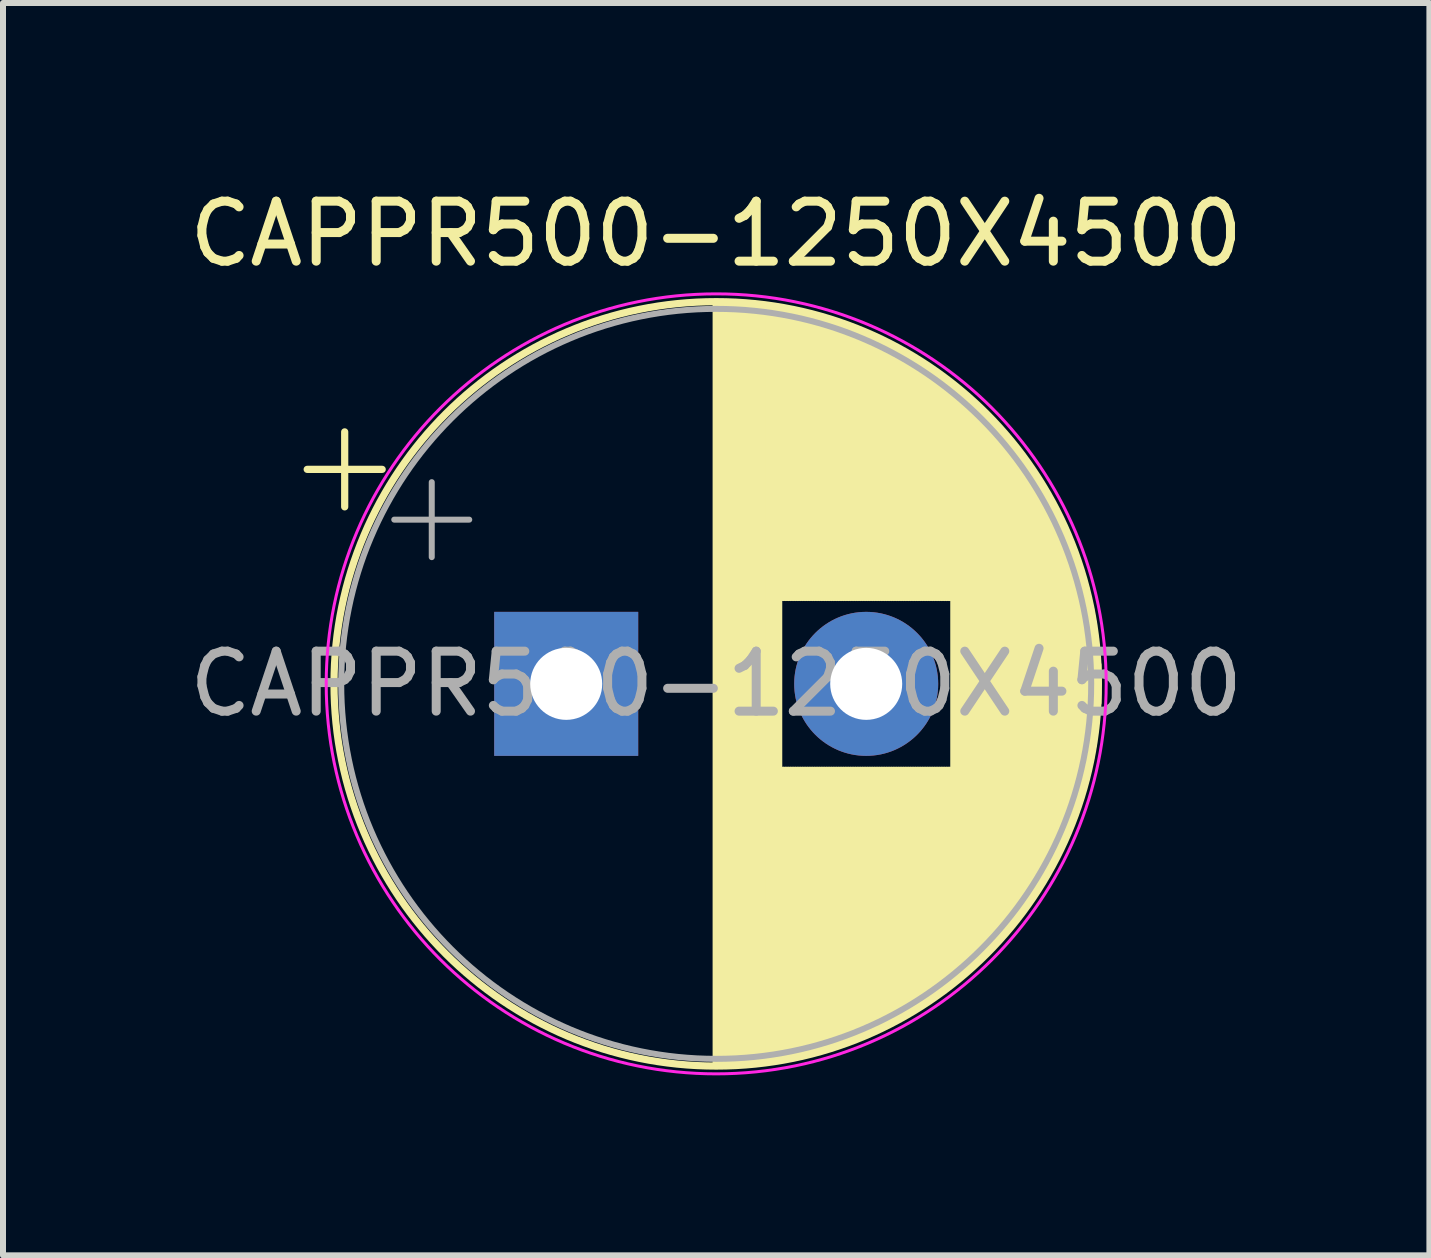
<source format=kicad_pcb>
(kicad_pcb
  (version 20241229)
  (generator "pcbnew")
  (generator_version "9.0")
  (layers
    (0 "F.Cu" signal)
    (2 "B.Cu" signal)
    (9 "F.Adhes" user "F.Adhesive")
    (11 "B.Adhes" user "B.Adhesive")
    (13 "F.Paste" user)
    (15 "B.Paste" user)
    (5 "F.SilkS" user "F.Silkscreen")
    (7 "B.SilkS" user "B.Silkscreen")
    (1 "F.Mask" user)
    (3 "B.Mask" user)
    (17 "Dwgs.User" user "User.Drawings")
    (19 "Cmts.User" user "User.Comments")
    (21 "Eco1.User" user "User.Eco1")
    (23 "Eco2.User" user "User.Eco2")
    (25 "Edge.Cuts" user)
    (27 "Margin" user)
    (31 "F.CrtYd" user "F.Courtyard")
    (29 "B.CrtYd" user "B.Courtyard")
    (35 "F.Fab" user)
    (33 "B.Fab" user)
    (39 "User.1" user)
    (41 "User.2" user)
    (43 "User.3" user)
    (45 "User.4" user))
  (footprint "CAPPR500-1250X4500"
    (layer "F.Cu")
    (at 6.387 8.348)
    (property "Reference" "CAPPR500-1250X4500" (at 2.5 -7.5 0) (layer "F.SilkS") (effects (font (size 1 1) (thickness 0.15))))
    (attr through_hole)
    (fp_line (start -4.317 -3.575) (end -3.067 -3.575) (stroke (width 0.12) (type solid)) (layer "F.SilkS"))
    (fp_line (start -3.692 -4.2) (end -3.692 -2.95) (stroke (width 0.12) (type solid)) (layer "F.SilkS"))
    (fp_line (start 2.5 -6.33) (end 2.5 6.33) (stroke (width 0.12) (type solid)) (layer "F.SilkS"))
    (fp_line (start 2.54 -6.33) (end 2.54 6.33) (stroke (width 0.12) (type solid)) (layer "F.SilkS"))
    (fp_line (start 2.58 -6.33) (end 2.58 6.33) (stroke (width 0.12) (type solid)) (layer "F.SilkS"))
    (fp_line (start 2.62 -6.329) (end 2.62 6.329) (stroke (width 0.12) (type solid)) (layer "F.SilkS"))
    (fp_line (start 2.66 -6.328) (end 2.66 6.328) (stroke (width 0.12) (type solid)) (layer "F.SilkS"))
    (fp_line (start 2.7 -6.327) (end 2.7 6.327) (stroke (width 0.12) (type solid)) (layer "F.SilkS"))
    (fp_line (start 2.74 -6.326) (end 2.74 6.326) (stroke (width 0.12) (type solid)) (layer "F.SilkS"))
    (fp_line (start 2.78 -6.324) (end 2.78 6.324) (stroke (width 0.12) (type solid)) (layer "F.SilkS"))
    (fp_line (start 2.82 -6.322) (end 2.82 6.322) (stroke (width 0.12) (type solid)) (layer "F.SilkS"))
    (fp_line (start 2.86 -6.32) (end 2.86 6.32) (stroke (width 0.12) (type solid)) (layer "F.SilkS"))
    (fp_line (start 2.9 -6.318) (end 2.9 6.318) (stroke (width 0.12) (type solid)) (layer "F.SilkS"))
    (fp_line (start 2.94 -6.315) (end 2.94 6.315) (stroke (width 0.12) (type solid)) (layer "F.SilkS"))
    (fp_line (start 2.98 -6.312) (end 2.98 6.312) (stroke (width 0.12) (type solid)) (layer "F.SilkS"))
    (fp_line (start 3.02 -6.309) (end 3.02 6.309) (stroke (width 0.12) (type solid)) (layer "F.SilkS"))
    (fp_line (start 3.06 -6.306) (end 3.06 6.306) (stroke (width 0.12) (type solid)) (layer "F.SilkS"))
    (fp_line (start 3.1 -6.302) (end 3.1 6.302) (stroke (width 0.12) (type solid)) (layer "F.SilkS"))
    (fp_line (start 3.14 -6.298) (end 3.14 6.298) (stroke (width 0.12) (type solid)) (layer "F.SilkS"))
    (fp_line (start 3.18 -6.294) (end 3.18 6.294) (stroke (width 0.12) (type solid)) (layer "F.SilkS"))
    (fp_line (start 3.221 -6.29) (end 3.221 6.29) (stroke (width 0.12) (type solid)) (layer "F.SilkS"))
    (fp_line (start 3.261 -6.285) (end 3.261 6.285) (stroke (width 0.12) (type solid)) (layer "F.SilkS"))
    (fp_line (start 3.301 -6.28) (end 3.301 6.28) (stroke (width 0.12) (type solid)) (layer "F.SilkS"))
    (fp_line (start 3.341 -6.275) (end 3.341 6.275) (stroke (width 0.12) (type solid)) (layer "F.SilkS"))
    (fp_line (start 3.381 -6.269) (end 3.381 6.269) (stroke (width 0.12) (type solid)) (layer "F.SilkS"))
    (fp_line (start 3.421 -6.264) (end 3.421 6.264) (stroke (width 0.12) (type solid)) (layer "F.SilkS"))
    (fp_line (start 3.461 -6.258) (end 3.461 6.258) (stroke (width 0.12) (type solid)) (layer "F.SilkS"))
    (fp_line (start 3.501 -6.252) (end 3.501 6.252) (stroke (width 0.12) (type solid)) (layer "F.SilkS"))
    (fp_line (start 3.541 -6.245) (end 3.541 6.245) (stroke (width 0.12) (type solid)) (layer "F.SilkS"))
    (fp_line (start 3.581 -6.238) (end 3.581 -1.44) (stroke (width 0.12) (type solid)) (layer "F.SilkS"))
    (fp_line (start 3.581 1.44) (end 3.581 6.238) (stroke (width 0.12) (type solid)) (layer "F.SilkS"))
    (fp_line (start 3.621 -6.231) (end 3.621 -1.44) (stroke (width 0.12) (type solid)) (layer "F.SilkS"))
    (fp_line (start 3.621 1.44) (end 3.621 6.231) (stroke (width 0.12) (type solid)) (layer "F.SilkS"))
    (fp_line (start 3.661 -6.224) (end 3.661 -1.44) (stroke (width 0.12) (type solid)) (layer "F.SilkS"))
    (fp_line (start 3.661 1.44) (end 3.661 6.224) (stroke (width 0.12) (type solid)) (layer "F.SilkS"))
    (fp_line (start 3.701 -6.216) (end 3.701 -1.44) (stroke (width 0.12) (type solid)) (layer "F.SilkS"))
    (fp_line (start 3.701 1.44) (end 3.701 6.216) (stroke (width 0.12) (type solid)) (layer "F.SilkS"))
    (fp_line (start 3.741 -6.209) (end 3.741 -1.44) (stroke (width 0.12) (type solid)) (layer "F.SilkS"))
    (fp_line (start 3.741 1.44) (end 3.741 6.209) (stroke (width 0.12) (type solid)) (layer "F.SilkS"))
    (fp_line (start 3.781 -6.201) (end 3.781 -1.44) (stroke (width 0.12) (type solid)) (layer "F.SilkS"))
    (fp_line (start 3.781 1.44) (end 3.781 6.201) (stroke (width 0.12) (type solid)) (layer "F.SilkS"))
    (fp_line (start 3.821 -6.192) (end 3.821 -1.44) (stroke (width 0.12) (type solid)) (layer "F.SilkS"))
    (fp_line (start 3.821 1.44) (end 3.821 6.192) (stroke (width 0.12) (type solid)) (layer "F.SilkS"))
    (fp_line (start 3.861 -6.184) (end 3.861 -1.44) (stroke (width 0.12) (type solid)) (layer "F.SilkS"))
    (fp_line (start 3.861 1.44) (end 3.861 6.184) (stroke (width 0.12) (type solid)) (layer "F.SilkS"))
    (fp_line (start 3.901 -6.175) (end 3.901 -1.44) (stroke (width 0.12) (type solid)) (layer "F.SilkS"))
    (fp_line (start 3.901 1.44) (end 3.901 6.175) (stroke (width 0.12) (type solid)) (layer "F.SilkS"))
    (fp_line (start 3.941 -6.166) (end 3.941 -1.44) (stroke (width 0.12) (type solid)) (layer "F.SilkS"))
    (fp_line (start 3.941 1.44) (end 3.941 6.166) (stroke (width 0.12) (type solid)) (layer "F.SilkS"))
    (fp_line (start 3.981 -6.156) (end 3.981 -1.44) (stroke (width 0.12) (type solid)) (layer "F.SilkS"))
    (fp_line (start 3.981 1.44) (end 3.981 6.156) (stroke (width 0.12) (type solid)) (layer "F.SilkS"))
    (fp_line (start 4.021 -6.146) (end 4.021 -1.44) (stroke (width 0.12) (type solid)) (layer "F.SilkS"))
    (fp_line (start 4.021 1.44) (end 4.021 6.146) (stroke (width 0.12) (type solid)) (layer "F.SilkS"))
    (fp_line (start 4.061 -6.137) (end 4.061 -1.44) (stroke (width 0.12) (type solid)) (layer "F.SilkS"))
    (fp_line (start 4.061 1.44) (end 4.061 6.137) (stroke (width 0.12) (type solid)) (layer "F.SilkS"))
    (fp_line (start 4.101 -6.126) (end 4.101 -1.44) (stroke (width 0.12) (type solid)) (layer "F.SilkS"))
    (fp_line (start 4.101 1.44) (end 4.101 6.126) (stroke (width 0.12) (type solid)) (layer "F.SilkS"))
    (fp_line (start 4.141 -6.116) (end 4.141 -1.44) (stroke (width 0.12) (type solid)) (layer "F.SilkS"))
    (fp_line (start 4.141 1.44) (end 4.141 6.116) (stroke (width 0.12) (type solid)) (layer "F.SilkS"))
    (fp_line (start 4.181 -6.105) (end 4.181 -1.44) (stroke (width 0.12) (type solid)) (layer "F.SilkS"))
    (fp_line (start 4.181 1.44) (end 4.181 6.105) (stroke (width 0.12) (type solid)) (layer "F.SilkS"))
    (fp_line (start 4.221 -6.094) (end 4.221 -1.44) (stroke (width 0.12) (type solid)) (layer "F.SilkS"))
    (fp_line (start 4.221 1.44) (end 4.221 6.094) (stroke (width 0.12) (type solid)) (layer "F.SilkS"))
    (fp_line (start 4.261 -6.083) (end 4.261 -1.44) (stroke (width 0.12) (type solid)) (layer "F.SilkS"))
    (fp_line (start 4.261 1.44) (end 4.261 6.083) (stroke (width 0.12) (type solid)) (layer "F.SilkS"))
    (fp_line (start 4.301 -6.071) (end 4.301 -1.44) (stroke (width 0.12) (type solid)) (layer "F.SilkS"))
    (fp_line (start 4.301 1.44) (end 4.301 6.071) (stroke (width 0.12) (type solid)) (layer "F.SilkS"))
    (fp_line (start 4.341 -6.059) (end 4.341 -1.44) (stroke (width 0.12) (type solid)) (layer "F.SilkS"))
    (fp_line (start 4.341 1.44) (end 4.341 6.059) (stroke (width 0.12) (type solid)) (layer "F.SilkS"))
    (fp_line (start 4.381 -6.047) (end 4.381 -1.44) (stroke (width 0.12) (type solid)) (layer "F.SilkS"))
    (fp_line (start 4.381 1.44) (end 4.381 6.047) (stroke (width 0.12) (type solid)) (layer "F.SilkS"))
    (fp_line (start 4.421 -6.034) (end 4.421 -1.44) (stroke (width 0.12) (type solid)) (layer "F.SilkS"))
    (fp_line (start 4.421 1.44) (end 4.421 6.034) (stroke (width 0.12) (type solid)) (layer "F.SilkS"))
    (fp_line (start 4.461 -6.021) (end 4.461 -1.44) (stroke (width 0.12) (type solid)) (layer "F.SilkS"))
    (fp_line (start 4.461 1.44) (end 4.461 6.021) (stroke (width 0.12) (type solid)) (layer "F.SilkS"))
    (fp_line (start 4.501 -6.008) (end 4.501 -1.44) (stroke (width 0.12) (type solid)) (layer "F.SilkS"))
    (fp_line (start 4.501 1.44) (end 4.501 6.008) (stroke (width 0.12) (type solid)) (layer "F.SilkS"))
    (fp_line (start 4.541 -5.995) (end 4.541 -1.44) (stroke (width 0.12) (type solid)) (layer "F.SilkS"))
    (fp_line (start 4.541 1.44) (end 4.541 5.995) (stroke (width 0.12) (type solid)) (layer "F.SilkS"))
    (fp_line (start 4.581 -5.981) (end 4.581 -1.44) (stroke (width 0.12) (type solid)) (layer "F.SilkS"))
    (fp_line (start 4.581 1.44) (end 4.581 5.981) (stroke (width 0.12) (type solid)) (layer "F.SilkS"))
    (fp_line (start 4.621 -5.967) (end 4.621 -1.44) (stroke (width 0.12) (type solid)) (layer "F.SilkS"))
    (fp_line (start 4.621 1.44) (end 4.621 5.967) (stroke (width 0.12) (type solid)) (layer "F.SilkS"))
    (fp_line (start 4.661 -5.953) (end 4.661 -1.44) (stroke (width 0.12) (type solid)) (layer "F.SilkS"))
    (fp_line (start 4.661 1.44) (end 4.661 5.953) (stroke (width 0.12) (type solid)) (layer "F.SilkS"))
    (fp_line (start 4.701 -5.939) (end 4.701 -1.44) (stroke (width 0.12) (type solid)) (layer "F.SilkS"))
    (fp_line (start 4.701 1.44) (end 4.701 5.939) (stroke (width 0.12) (type solid)) (layer "F.SilkS"))
    (fp_line (start 4.741 -5.924) (end 4.741 -1.44) (stroke (width 0.12) (type solid)) (layer "F.SilkS"))
    (fp_line (start 4.741 1.44) (end 4.741 5.924) (stroke (width 0.12) (type solid)) (layer "F.SilkS"))
    (fp_line (start 4.781 -5.908) (end 4.781 -1.44) (stroke (width 0.12) (type solid)) (layer "F.SilkS"))
    (fp_line (start 4.781 1.44) (end 4.781 5.908) (stroke (width 0.12) (type solid)) (layer "F.SilkS"))
    (fp_line (start 4.821 -5.893) (end 4.821 -1.44) (stroke (width 0.12) (type solid)) (layer "F.SilkS"))
    (fp_line (start 4.821 1.44) (end 4.821 5.893) (stroke (width 0.12) (type solid)) (layer "F.SilkS"))
    (fp_line (start 4.861 -5.877) (end 4.861 -1.44) (stroke (width 0.12) (type solid)) (layer "F.SilkS"))
    (fp_line (start 4.861 1.44) (end 4.861 5.877) (stroke (width 0.12) (type solid)) (layer "F.SilkS"))
    (fp_line (start 4.901 -5.861) (end 4.901 -1.44) (stroke (width 0.12) (type solid)) (layer "F.SilkS"))
    (fp_line (start 4.901 1.44) (end 4.901 5.861) (stroke (width 0.12) (type solid)) (layer "F.SilkS"))
    (fp_line (start 4.941 -5.845) (end 4.941 -1.44) (stroke (width 0.12) (type solid)) (layer "F.SilkS"))
    (fp_line (start 4.941 1.44) (end 4.941 5.845) (stroke (width 0.12) (type solid)) (layer "F.SilkS"))
    (fp_line (start 4.981 -5.828) (end 4.981 -1.44) (stroke (width 0.12) (type solid)) (layer "F.SilkS"))
    (fp_line (start 4.981 1.44) (end 4.981 5.828) (stroke (width 0.12) (type solid)) (layer "F.SilkS"))
    (fp_line (start 5.021 -5.811) (end 5.021 -1.44) (stroke (width 0.12) (type solid)) (layer "F.SilkS"))
    (fp_line (start 5.021 1.44) (end 5.021 5.811) (stroke (width 0.12) (type solid)) (layer "F.SilkS"))
    (fp_line (start 5.061 -5.793) (end 5.061 -1.44) (stroke (width 0.12) (type solid)) (layer "F.SilkS"))
    (fp_line (start 5.061 1.44) (end 5.061 5.793) (stroke (width 0.12) (type solid)) (layer "F.SilkS"))
    (fp_line (start 5.101 -5.776) (end 5.101 -1.44) (stroke (width 0.12) (type solid)) (layer "F.SilkS"))
    (fp_line (start 5.101 1.44) (end 5.101 5.776) (stroke (width 0.12) (type solid)) (layer "F.SilkS"))
    (fp_line (start 5.141 -5.758) (end 5.141 -1.44) (stroke (width 0.12) (type solid)) (layer "F.SilkS"))
    (fp_line (start 5.141 1.44) (end 5.141 5.758) (stroke (width 0.12) (type solid)) (layer "F.SilkS"))
    (fp_line (start 5.181 -5.739) (end 5.181 -1.44) (stroke (width 0.12) (type solid)) (layer "F.SilkS"))
    (fp_line (start 5.181 1.44) (end 5.181 5.739) (stroke (width 0.12) (type solid)) (layer "F.SilkS"))
    (fp_line (start 5.221 -5.721) (end 5.221 -1.44) (stroke (width 0.12) (type solid)) (layer "F.SilkS"))
    (fp_line (start 5.221 1.44) (end 5.221 5.721) (stroke (width 0.12) (type solid)) (layer "F.SilkS"))
    (fp_line (start 5.261 -5.702) (end 5.261 -1.44) (stroke (width 0.12) (type solid)) (layer "F.SilkS"))
    (fp_line (start 5.261 1.44) (end 5.261 5.702) (stroke (width 0.12) (type solid)) (layer "F.SilkS"))
    (fp_line (start 5.301 -5.682) (end 5.301 -1.44) (stroke (width 0.12) (type solid)) (layer "F.SilkS"))
    (fp_line (start 5.301 1.44) (end 5.301 5.682) (stroke (width 0.12) (type solid)) (layer "F.SilkS"))
    (fp_line (start 5.341 -5.662) (end 5.341 -1.44) (stroke (width 0.12) (type solid)) (layer "F.SilkS"))
    (fp_line (start 5.341 1.44) (end 5.341 5.662) (stroke (width 0.12) (type solid)) (layer "F.SilkS"))
    (fp_line (start 5.381 -5.642) (end 5.381 -1.44) (stroke (width 0.12) (type solid)) (layer "F.SilkS"))
    (fp_line (start 5.381 1.44) (end 5.381 5.642) (stroke (width 0.12) (type solid)) (layer "F.SilkS"))
    (fp_line (start 5.421 -5.622) (end 5.421 -1.44) (stroke (width 0.12) (type solid)) (layer "F.SilkS"))
    (fp_line (start 5.421 1.44) (end 5.421 5.622) (stroke (width 0.12) (type solid)) (layer "F.SilkS"))
    (fp_line (start 5.461 -5.601) (end 5.461 -1.44) (stroke (width 0.12) (type solid)) (layer "F.SilkS"))
    (fp_line (start 5.461 1.44) (end 5.461 5.601) (stroke (width 0.12) (type solid)) (layer "F.SilkS"))
    (fp_line (start 5.501 -5.58) (end 5.501 -1.44) (stroke (width 0.12) (type solid)) (layer "F.SilkS"))
    (fp_line (start 5.501 1.44) (end 5.501 5.58) (stroke (width 0.12) (type solid)) (layer "F.SilkS"))
    (fp_line (start 5.541 -5.558) (end 5.541 -1.44) (stroke (width 0.12) (type solid)) (layer "F.SilkS"))
    (fp_line (start 5.541 1.44) (end 5.541 5.558) (stroke (width 0.12) (type solid)) (layer "F.SilkS"))
    (fp_line (start 5.581 -5.536) (end 5.581 -1.44) (stroke (width 0.12) (type solid)) (layer "F.SilkS"))
    (fp_line (start 5.581 1.44) (end 5.581 5.536) (stroke (width 0.12) (type solid)) (layer "F.SilkS"))
    (fp_line (start 5.621 -5.514) (end 5.621 -1.44) (stroke (width 0.12) (type solid)) (layer "F.SilkS"))
    (fp_line (start 5.621 1.44) (end 5.621 5.514) (stroke (width 0.12) (type solid)) (layer "F.SilkS"))
    (fp_line (start 5.661 -5.491) (end 5.661 -1.44) (stroke (width 0.12) (type solid)) (layer "F.SilkS"))
    (fp_line (start 5.661 1.44) (end 5.661 5.491) (stroke (width 0.12) (type solid)) (layer "F.SilkS"))
    (fp_line (start 5.701 -5.468) (end 5.701 -1.44) (stroke (width 0.12) (type solid)) (layer "F.SilkS"))
    (fp_line (start 5.701 1.44) (end 5.701 5.468) (stroke (width 0.12) (type solid)) (layer "F.SilkS"))
    (fp_line (start 5.741 -5.445) (end 5.741 -1.44) (stroke (width 0.12) (type solid)) (layer "F.SilkS"))
    (fp_line (start 5.741 1.44) (end 5.741 5.445) (stroke (width 0.12) (type solid)) (layer "F.SilkS"))
    (fp_line (start 5.781 -5.421) (end 5.781 -1.44) (stroke (width 0.12) (type solid)) (layer "F.SilkS"))
    (fp_line (start 5.781 1.44) (end 5.781 5.421) (stroke (width 0.12) (type solid)) (layer "F.SilkS"))
    (fp_line (start 5.821 -5.397) (end 5.821 -1.44) (stroke (width 0.12) (type solid)) (layer "F.SilkS"))
    (fp_line (start 5.821 1.44) (end 5.821 5.397) (stroke (width 0.12) (type solid)) (layer "F.SilkS"))
    (fp_line (start 5.861 -5.372) (end 5.861 -1.44) (stroke (width 0.12) (type solid)) (layer "F.SilkS"))
    (fp_line (start 5.861 1.44) (end 5.861 5.372) (stroke (width 0.12) (type solid)) (layer "F.SilkS"))
    (fp_line (start 5.901 -5.347) (end 5.901 -1.44) (stroke (width 0.12) (type solid)) (layer "F.SilkS"))
    (fp_line (start 5.901 1.44) (end 5.901 5.347) (stroke (width 0.12) (type solid)) (layer "F.SilkS"))
    (fp_line (start 5.941 -5.322) (end 5.941 -1.44) (stroke (width 0.12) (type solid)) (layer "F.SilkS"))
    (fp_line (start 5.941 1.44) (end 5.941 5.322) (stroke (width 0.12) (type solid)) (layer "F.SilkS"))
    (fp_line (start 5.981 -5.296) (end 5.981 -1.44) (stroke (width 0.12) (type solid)) (layer "F.SilkS"))
    (fp_line (start 5.981 1.44) (end 5.981 5.296) (stroke (width 0.12) (type solid)) (layer "F.SilkS"))
    (fp_line (start 6.021 -5.27) (end 6.021 -1.44) (stroke (width 0.12) (type solid)) (layer "F.SilkS"))
    (fp_line (start 6.021 1.44) (end 6.021 5.27) (stroke (width 0.12) (type solid)) (layer "F.SilkS"))
    (fp_line (start 6.061 -5.243) (end 6.061 -1.44) (stroke (width 0.12) (type solid)) (layer "F.SilkS"))
    (fp_line (start 6.061 1.44) (end 6.061 5.243) (stroke (width 0.12) (type solid)) (layer "F.SilkS"))
    (fp_line (start 6.101 -5.216) (end 6.101 -1.44) (stroke (width 0.12) (type solid)) (layer "F.SilkS"))
    (fp_line (start 6.101 1.44) (end 6.101 5.216) (stroke (width 0.12) (type solid)) (layer "F.SilkS"))
    (fp_line (start 6.141 -5.188) (end 6.141 -1.44) (stroke (width 0.12) (type solid)) (layer "F.SilkS"))
    (fp_line (start 6.141 1.44) (end 6.141 5.188) (stroke (width 0.12) (type solid)) (layer "F.SilkS"))
    (fp_line (start 6.181 -5.16) (end 6.181 -1.44) (stroke (width 0.12) (type solid)) (layer "F.SilkS"))
    (fp_line (start 6.181 1.44) (end 6.181 5.16) (stroke (width 0.12) (type solid)) (layer "F.SilkS"))
    (fp_line (start 6.221 -5.131) (end 6.221 -1.44) (stroke (width 0.12) (type solid)) (layer "F.SilkS"))
    (fp_line (start 6.221 1.44) (end 6.221 5.131) (stroke (width 0.12) (type solid)) (layer "F.SilkS"))
    (fp_line (start 6.261 -5.102) (end 6.261 -1.44) (stroke (width 0.12) (type solid)) (layer "F.SilkS"))
    (fp_line (start 6.261 1.44) (end 6.261 5.102) (stroke (width 0.12) (type solid)) (layer "F.SilkS"))
    (fp_line (start 6.301 -5.073) (end 6.301 -1.44) (stroke (width 0.12) (type solid)) (layer "F.SilkS"))
    (fp_line (start 6.301 1.44) (end 6.301 5.073) (stroke (width 0.12) (type solid)) (layer "F.SilkS"))
    (fp_line (start 6.341 -5.043) (end 6.341 -1.44) (stroke (width 0.12) (type solid)) (layer "F.SilkS"))
    (fp_line (start 6.341 1.44) (end 6.341 5.043) (stroke (width 0.12) (type solid)) (layer "F.SilkS"))
    (fp_line (start 6.381 -5.012) (end 6.381 -1.44) (stroke (width 0.12) (type solid)) (layer "F.SilkS"))
    (fp_line (start 6.381 1.44) (end 6.381 5.012) (stroke (width 0.12) (type solid)) (layer "F.SilkS"))
    (fp_line (start 6.421 -4.982) (end 6.421 -1.44) (stroke (width 0.12) (type solid)) (layer "F.SilkS"))
    (fp_line (start 6.421 1.44) (end 6.421 4.982) (stroke (width 0.12) (type solid)) (layer "F.SilkS"))
    (fp_line (start 6.461 -4.95) (end 6.461 4.95) (stroke (width 0.12) (type solid)) (layer "F.SilkS"))
    (fp_line (start 6.501 -4.918) (end 6.501 4.918) (stroke (width 0.12) (type solid)) (layer "F.SilkS"))
    (fp_line (start 6.541 -4.885) (end 6.541 4.885) (stroke (width 0.12) (type solid)) (layer "F.SilkS"))
    (fp_line (start 6.581 -4.852) (end 6.581 4.852) (stroke (width 0.12) (type solid)) (layer "F.SilkS"))
    (fp_line (start 6.621 -4.819) (end 6.621 4.819) (stroke (width 0.12) (type solid)) (layer "F.SilkS"))
    (fp_line (start 6.661 -4.785) (end 6.661 4.785) (stroke (width 0.12) (type solid)) (layer "F.SilkS"))
    (fp_line (start 6.701 -4.75) (end 6.701 4.75) (stroke (width 0.12) (type solid)) (layer "F.SilkS"))
    (fp_line (start 6.741 -4.714) (end 6.741 4.714) (stroke (width 0.12) (type solid)) (layer "F.SilkS"))
    (fp_line (start 6.781 -4.678) (end 6.781 4.678) (stroke (width 0.12) (type solid)) (layer "F.SilkS"))
    (fp_line (start 6.821 -4.642) (end 6.821 4.642) (stroke (width 0.12) (type solid)) (layer "F.SilkS"))
    (fp_line (start 6.861 -4.605) (end 6.861 4.605) (stroke (width 0.12) (type solid)) (layer "F.SilkS"))
    (fp_line (start 6.901 -4.567) (end 6.901 4.567) (stroke (width 0.12) (type solid)) (layer "F.SilkS"))
    (fp_line (start 6.941 -4.528) (end 6.941 4.528) (stroke (width 0.12) (type solid)) (layer "F.SilkS"))
    (fp_line (start 6.981 -4.489) (end 6.981 4.489) (stroke (width 0.12) (type solid)) (layer "F.SilkS"))
    (fp_line (start 7.021 -4.449) (end 7.021 4.449) (stroke (width 0.12) (type solid)) (layer "F.SilkS"))
    (fp_line (start 7.061 -4.408) (end 7.061 4.408) (stroke (width 0.12) (type solid)) (layer "F.SilkS"))
    (fp_line (start 7.101 -4.367) (end 7.101 4.367) (stroke (width 0.12) (type solid)) (layer "F.SilkS"))
    (fp_line (start 7.141 -4.325) (end 7.141 4.325) (stroke (width 0.12) (type solid)) (layer "F.SilkS"))
    (fp_line (start 7.181 -4.282) (end 7.181 4.282) (stroke (width 0.12) (type solid)) (layer "F.SilkS"))
    (fp_line (start 7.221 -4.238) (end 7.221 4.238) (stroke (width 0.12) (type solid)) (layer "F.SilkS"))
    (fp_line (start 7.261 -4.194) (end 7.261 4.194) (stroke (width 0.12) (type solid)) (layer "F.SilkS"))
    (fp_line (start 7.301 -4.148) (end 7.301 4.148) (stroke (width 0.12) (type solid)) (layer "F.SilkS"))
    (fp_line (start 7.341 -4.102) (end 7.341 4.102) (stroke (width 0.12) (type solid)) (layer "F.SilkS"))
    (fp_line (start 7.381 -4.055) (end 7.381 4.055) (stroke (width 0.12) (type solid)) (layer "F.SilkS"))
    (fp_line (start 7.421 -4.007) (end 7.421 4.007) (stroke (width 0.12) (type solid)) (layer "F.SilkS"))
    (fp_line (start 7.461 -3.957) (end 7.461 3.957) (stroke (width 0.12) (type solid)) (layer "F.SilkS"))
    (fp_line (start 7.501 -3.907) (end 7.501 3.907) (stroke (width 0.12) (type solid)) (layer "F.SilkS"))
    (fp_line (start 7.541 -3.856) (end 7.541 3.856) (stroke (width 0.12) (type solid)) (layer "F.SilkS"))
    (fp_line (start 7.581 -3.804) (end 7.581 3.804) (stroke (width 0.12) (type solid)) (layer "F.SilkS"))
    (fp_line (start 7.621 -3.75) (end 7.621 3.75) (stroke (width 0.12) (type solid)) (layer "F.SilkS"))
    (fp_line (start 7.661 -3.696) (end 7.661 3.696) (stroke (width 0.12) (type solid)) (layer "F.SilkS"))
    (fp_line (start 7.701 -3.64) (end 7.701 3.64) (stroke (width 0.12) (type solid)) (layer "F.SilkS"))
    (fp_line (start 7.741 -3.583) (end 7.741 3.583) (stroke (width 0.12) (type solid)) (layer "F.SilkS"))
    (fp_line (start 7.781 -3.524) (end 7.781 3.524) (stroke (width 0.12) (type solid)) (layer "F.SilkS"))
    (fp_line (start 7.821 -3.464) (end 7.821 3.464) (stroke (width 0.12) (type solid)) (layer "F.SilkS"))
    (fp_line (start 7.861 -3.402) (end 7.861 3.402) (stroke (width 0.12) (type solid)) (layer "F.SilkS"))
    (fp_line (start 7.901 -3.339) (end 7.901 3.339) (stroke (width 0.12) (type solid)) (layer "F.SilkS"))
    (fp_line (start 7.941 -3.275) (end 7.941 3.275) (stroke (width 0.12) (type solid)) (layer "F.SilkS"))
    (fp_line (start 7.981 -3.208) (end 7.981 3.208) (stroke (width 0.12) (type solid)) (layer "F.SilkS"))
    (fp_line (start 8.021 -3.14) (end 8.021 3.14) (stroke (width 0.12) (type solid)) (layer "F.SilkS"))
    (fp_line (start 8.061 -3.069) (end 8.061 3.069) (stroke (width 0.12) (type solid)) (layer "F.SilkS"))
    (fp_line (start 8.101 -2.996) (end 8.101 2.996) (stroke (width 0.12) (type solid)) (layer "F.SilkS"))
    (fp_line (start 8.141 -2.921) (end 8.141 2.921) (stroke (width 0.12) (type solid)) (layer "F.SilkS"))
    (fp_line (start 8.181 -2.844) (end 8.181 2.844) (stroke (width 0.12) (type solid)) (layer "F.SilkS"))
    (fp_line (start 8.221 -2.764) (end 8.221 2.764) (stroke (width 0.12) (type solid)) (layer "F.SilkS"))
    (fp_line (start 8.261 -2.681) (end 8.261 2.681) (stroke (width 0.12) (type solid)) (layer "F.SilkS"))
    (fp_line (start 8.301 -2.594) (end 8.301 2.594) (stroke (width 0.12) (type solid)) (layer "F.SilkS"))
    (fp_line (start 8.341 -2.504) (end 8.341 2.504) (stroke (width 0.12) (type solid)) (layer "F.SilkS"))
    (fp_line (start 8.381 -2.41) (end 8.381 2.41) (stroke (width 0.12) (type solid)) (layer "F.SilkS"))
    (fp_line (start 8.421 -2.312) (end 8.421 2.312) (stroke (width 0.12) (type solid)) (layer "F.SilkS"))
    (fp_line (start 8.461 -2.209) (end 8.461 2.209) (stroke (width 0.12) (type solid)) (layer "F.SilkS"))
    (fp_line (start 8.501 -2.1) (end 8.501 2.1) (stroke (width 0.12) (type solid)) (layer "F.SilkS"))
    (fp_line (start 8.541 -1.984) (end 8.541 1.984) (stroke (width 0.12) (type solid)) (layer "F.SilkS"))
    (fp_line (start 8.581 -1.861) (end 8.581 1.861) (stroke (width 0.12) (type solid)) (layer "F.SilkS"))
    (fp_line (start 8.621 -1.728) (end 8.621 1.728) (stroke (width 0.12) (type solid)) (layer "F.SilkS"))
    (fp_line (start 8.661 -1.583) (end 8.661 1.583) (stroke (width 0.12) (type solid)) (layer "F.SilkS"))
    (fp_line (start 8.701 -1.422) (end 8.701 1.422) (stroke (width 0.12) (type solid)) (layer "F.SilkS"))
    (fp_line (start 8.741 -1.241) (end 8.741 1.241) (stroke (width 0.12) (type solid)) (layer "F.SilkS"))
    (fp_line (start 8.781 -1.028) (end 8.781 1.028) (stroke (width 0.12) (type solid)) (layer "F.SilkS"))
    (fp_line (start 8.821 -0.757) (end 8.821 0.757) (stroke (width 0.12) (type solid)) (layer "F.SilkS"))
    (fp_line (start 8.861 -0.317) (end 8.861 0.317) (stroke (width 0.12) (type solid)) (layer "F.SilkS"))
    (fp_circle (center 2.5 0) (end 8.87 0) (stroke (width 0.12) (type solid)) (fill no) (layer "F.SilkS"))
    (fp_circle (center 2.5 0) (end 9 0) (stroke (width 0.05) (type solid)) (fill no) (layer "F.CrtYd"))
    (fp_line (start -2.866 -2.737) (end -1.616 -2.737) (stroke (width 0.1) (type solid)) (layer "F.Fab"))
    (fp_line (start -2.241 -3.362) (end -2.241 -2.112) (stroke (width 0.1) (type solid)) (layer "F.Fab"))
    (fp_circle (center 2.5 0) (end 8.75 0) (stroke (width 0.1) (type solid)) (fill no) (layer "F.Fab"))
    (fp_text user "${REFERENCE}" (at 2.5 0 0) (layer "F.Fab") (effects (font (size 1 1) (thickness 0.15))))
    (pad "1" thru_hole rect (at 0 0) (size 2.4 2.4) (drill 1.2) (layers "*.Cu" "*.Mask"))
    (pad "2" thru_hole circle (at 5 0) (size 2.4 2.4) (drill 1.2) (layers "*.Cu" "*.Mask")))
  (gr_rect
    (start -3 -3)
    (end 20.774 17.873)
    (stroke (width 0.1) (type default))
    (fill no)
    (layer "Edge.Cuts")))
</source>
